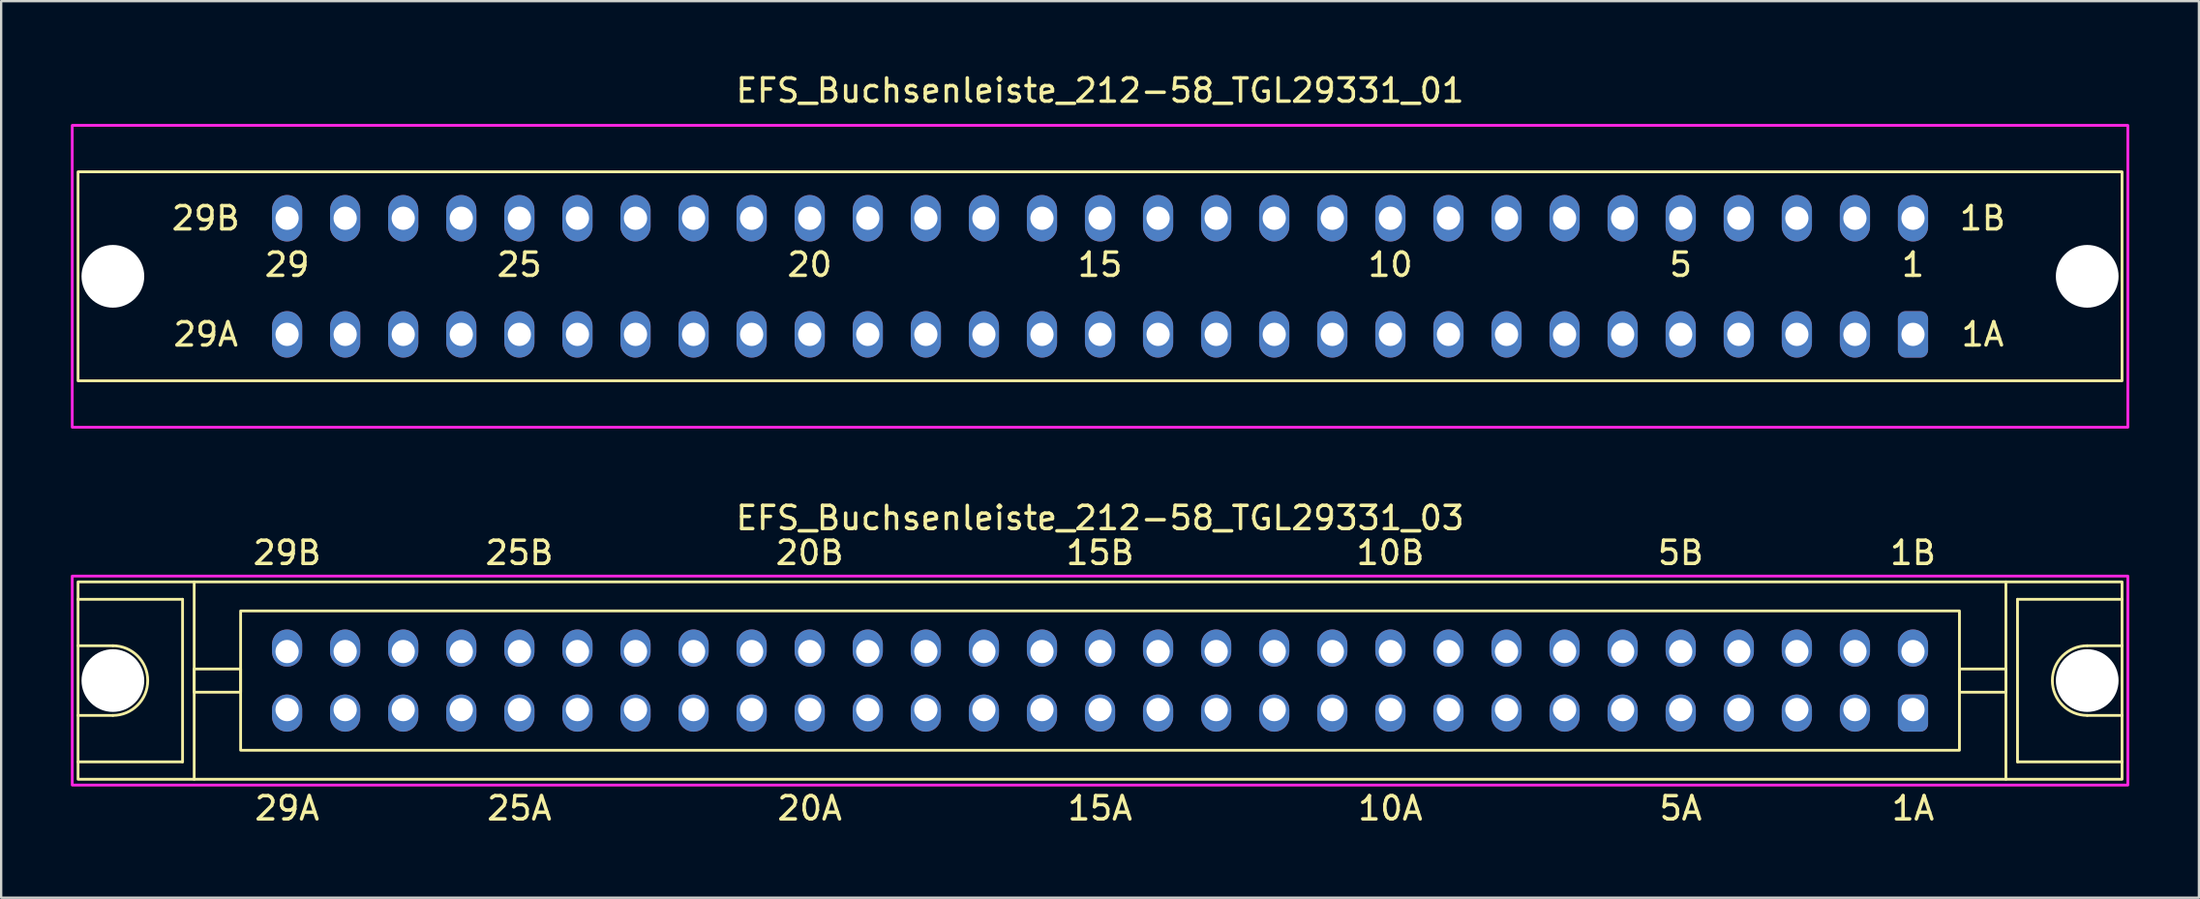
<source format=kicad_pcb>
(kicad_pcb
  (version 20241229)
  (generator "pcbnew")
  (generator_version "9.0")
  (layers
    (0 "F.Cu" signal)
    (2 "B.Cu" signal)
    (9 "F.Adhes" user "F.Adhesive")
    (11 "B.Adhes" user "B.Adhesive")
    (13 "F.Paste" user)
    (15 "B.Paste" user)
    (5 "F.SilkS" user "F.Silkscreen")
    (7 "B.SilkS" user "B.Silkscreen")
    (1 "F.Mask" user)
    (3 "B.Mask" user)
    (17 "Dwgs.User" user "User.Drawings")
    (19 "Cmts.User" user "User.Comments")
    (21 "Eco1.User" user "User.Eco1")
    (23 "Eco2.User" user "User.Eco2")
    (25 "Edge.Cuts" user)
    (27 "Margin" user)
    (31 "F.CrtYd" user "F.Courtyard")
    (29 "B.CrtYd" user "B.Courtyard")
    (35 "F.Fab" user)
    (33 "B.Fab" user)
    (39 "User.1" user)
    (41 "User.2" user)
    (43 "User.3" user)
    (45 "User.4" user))
  (footprint "EFS_Buchsenleiste_212-58_TGL29331_03"
    (layer "F.Cu")
    (at 44.31 26.256)
    (property "Reference" "EFS_Buchsenleiste_212-58_TGL29331_03" (at 0 -7 180) (layer "F.SilkS") (effects (font (size 1 1) (thickness 0.15))))
    (attr through_hole)
    (fp_line (start -44 -3.5) (end -39.5 -3.5) (stroke (width 0.12) (type solid)) (layer "F.SilkS"))
    (fp_line (start -42.5 -1.5) (end -44 -1.5) (stroke (width 0.12) (type solid)) (layer "F.SilkS"))
    (fp_line (start -42.5 1.5) (end -44 1.5) (stroke (width 0.12) (type solid)) (layer "F.SilkS"))
    (fp_line (start -39.5 -3.5) (end -39.5 3.5) (stroke (width 0.12) (type solid)) (layer "F.SilkS"))
    (fp_line (start -39.5 3.5) (end -44 3.5) (stroke (width 0.12) (type solid)) (layer "F.SilkS"))
    (fp_line (start -39 4.25) (end -39 -4.25) (stroke (width 0.12) (type solid)) (layer "F.SilkS"))
    (fp_line (start 39 4.25) (end 39 -4.25) (stroke (width 0.12) (type solid)) (layer "F.SilkS"))
    (fp_line (start 39.5 -3.5) (end 39.5 3.5) (stroke (width 0.12) (type solid)) (layer "F.SilkS"))
    (fp_line (start 39.5 3.5) (end 44 3.5) (stroke (width 0.12) (type solid)) (layer "F.SilkS"))
    (fp_line (start 42.5 -1.5) (end 44 -1.5) (stroke (width 0.12) (type solid)) (layer "F.SilkS"))
    (fp_line (start 42.5 1.5) (end 44 1.5) (stroke (width 0.12) (type solid)) (layer "F.SilkS"))
    (fp_line (start 44 -3.5) (end 39.5 -3.5) (stroke (width 0.12) (type solid)) (layer "F.SilkS"))
    (fp_rect (start -44 -4.25) (end 44 4.25) (stroke (width 0.12) (type solid)) (fill no) (layer "F.SilkS"))
    (fp_rect (start -39 -0.5) (end -37 0.5) (stroke (width 0.12) (type solid)) (fill no) (layer "F.SilkS"))
    (fp_rect (start -37 -3) (end 37 3) (stroke (width 0.12) (type solid)) (fill no) (layer "F.SilkS"))
    (fp_rect (start 39 -0.5) (end 37 0.5) (stroke (width 0.12) (type solid)) (fill no) (layer "F.SilkS"))
    (fp_arc (start -42.5 -1.5) (mid -41 0) (end -42.5 1.5) (stroke (width 0.12) (type solid)) (layer "F.SilkS"))
    (fp_arc (start 42.5 1.5) (mid 41 0) (end 42.5 -1.5) (stroke (width 0.12) (type solid)) (layer "F.SilkS"))
    (fp_rect (start -44.25 -4.5) (end 44.25 4.5) (stroke (width 0.12) (type solid)) (fill no) (layer "F.CrtYd"))
    (fp_text user "20A" (at -12.5 5.5 180) (layer "F.SilkS") (effects (font (size 1 1) (thickness 0.15))))
    (fp_text user "1B" (at 35 -5.5 180) (layer "F.SilkS") (effects (font (size 1 1) (thickness 0.15))))
    (fp_text user "29B" (at -35 -5.5 180) (layer "F.SilkS") (effects (font (size 1 1) (thickness 0.15))))
    (fp_text user "10A" (at 12.5 5.5 180) (layer "F.SilkS") (effects (font (size 1 1) (thickness 0.15))))
    (fp_text user "15B" (at 0 -5.5 180) (layer "F.SilkS") (effects (font (size 1 1) (thickness 0.15))))
    (fp_text user "29A" (at -35 5.5 180) (layer "F.SilkS") (effects (font (size 1 1) (thickness 0.15))))
    (fp_text user "10B" (at 12.5 -5.5 180) (layer "F.SilkS") (effects (font (size 1 1) (thickness 0.15))))
    (fp_text user "15A" (at 0 5.5 180) (layer "F.SilkS") (effects (font (size 1 1) (thickness 0.15))))
    (fp_text user "20B" (at -12.5 -5.5 180) (layer "F.SilkS") (effects (font (size 1 1) (thickness 0.15))))
    (fp_text user "25B" (at -25 -5.5 180) (layer "F.SilkS") (effects (font (size 1 1) (thickness 0.15))))
    (fp_text user "5B" (at 25 -5.5 180) (layer "F.SilkS") (effects (font (size 1 1) (thickness 0.15))))
    (fp_text user "1A" (at 35 5.5 180) (layer "F.SilkS") (effects (font (size 1 1) (thickness 0.15))))
    (fp_text user "5A" (at 25 5.5 180) (layer "F.SilkS") (effects (font (size 1 1) (thickness 0.15))))
    (fp_text user "25A" (at -25 5.5 180) (layer "F.SilkS") (effects (font (size 1 1) (thickness 0.15))))
    (pad "" np_thru_hole circle (at -42.5 0) (size 2.7 2.7) (drill 2.7) (layers "*.Cu" "*.Mask"))
    (pad "" np_thru_hole circle (at 42.5 0) (size 2.7 2.7) (drill 2.7) (layers "*.Cu" "*.Mask"))
    (pad "1a" thru_hole roundrect (at 35 1.25 180) (size 1.3 1.6) (drill 1 (offset 0 -0.15)) (layers "*.Cu" "*.Mask") (roundrect_rratio 0.25))
    (pad "1b" thru_hole oval (at 35 -1.25 180) (size 1.3 1.6) (drill 1 (offset 0 0.15)) (layers "*.Cu" "*.Mask"))
    (pad "2a" thru_hole oval (at 32.5 1.25 180) (size 1.3 1.6) (drill 1 (offset 0 -0.15)) (layers "*.Cu" "*.Mask"))
    (pad "2b" thru_hole oval (at 32.5 -1.25 180) (size 1.3 1.6) (drill 1 (offset 0 0.15)) (layers "*.Cu" "*.Mask"))
    (pad "3a" thru_hole oval (at 30 1.25 180) (size 1.3 1.6) (drill 1 (offset 0 -0.15)) (layers "*.Cu" "*.Mask"))
    (pad "3b" thru_hole oval (at 30 -1.25 180) (size 1.3 1.6) (drill 1 (offset 0 0.15)) (layers "*.Cu" "*.Mask"))
    (pad "4a" thru_hole oval (at 27.5 1.25 180) (size 1.3 1.6) (drill 1 (offset 0 -0.15)) (layers "*.Cu" "*.Mask"))
    (pad "4b" thru_hole oval (at 27.5 -1.25 180) (size 1.3 1.6) (drill 1 (offset 0 0.15)) (layers "*.Cu" "*.Mask"))
    (pad "5a" thru_hole oval (at 25 1.25 180) (size 1.3 1.6) (drill 1 (offset 0 -0.15)) (layers "*.Cu" "*.Mask"))
    (pad "5b" thru_hole oval (at 25 -1.25 180) (size 1.3 1.6) (drill 1 (offset 0 0.15)) (layers "*.Cu" "*.Mask"))
    (pad "6a" thru_hole oval (at 22.5 1.25 180) (size 1.3 1.6) (drill 1 (offset 0 -0.15)) (layers "*.Cu" "*.Mask"))
    (pad "6b" thru_hole oval (at 22.5 -1.25 180) (size 1.3 1.6) (drill 1 (offset 0 0.15)) (layers "*.Cu" "*.Mask"))
    (pad "7a" thru_hole oval (at 20 1.25 180) (size 1.3 1.6) (drill 1 (offset 0 -0.15)) (layers "*.Cu" "*.Mask"))
    (pad "7b" thru_hole oval (at 20 -1.25 180) (size 1.3 1.6) (drill 1 (offset 0 0.15)) (layers "*.Cu" "*.Mask"))
    (pad "8a" thru_hole oval (at 17.5 1.25 180) (size 1.3 1.6) (drill 1 (offset 0 -0.15)) (layers "*.Cu" "*.Mask"))
    (pad "8b" thru_hole oval (at 17.5 -1.25 180) (size 1.3 1.6) (drill 1 (offset 0 0.15)) (layers "*.Cu" "*.Mask"))
    (pad "9a" thru_hole oval (at 15 1.25 180) (size 1.3 1.6) (drill 1 (offset 0 -0.15)) (layers "*.Cu" "*.Mask"))
    (pad "9b" thru_hole oval (at 15 -1.25 180) (size 1.3 1.6) (drill 1 (offset 0 0.15)) (layers "*.Cu" "*.Mask"))
    (pad "10a" thru_hole oval (at 12.5 1.25 180) (size 1.3 1.6) (drill 1 (offset 0 -0.15)) (layers "*.Cu" "*.Mask"))
    (pad "10b" thru_hole oval (at 12.5 -1.25 180) (size 1.3 1.6) (drill 1 (offset 0 0.15)) (layers "*.Cu" "*.Mask"))
    (pad "11a" thru_hole oval (at 10 1.25 180) (size 1.3 1.6) (drill 1 (offset 0 -0.15)) (layers "*.Cu" "*.Mask"))
    (pad "11b" thru_hole oval (at 10 -1.25 180) (size 1.3 1.6) (drill 1 (offset 0 0.15)) (layers "*.Cu" "*.Mask"))
    (pad "12a" thru_hole oval (at 7.5 1.25 180) (size 1.3 1.6) (drill 1 (offset 0 -0.15)) (layers "*.Cu" "*.Mask"))
    (pad "12b" thru_hole oval (at 7.5 -1.25 180) (size 1.3 1.6) (drill 1 (offset 0 0.15)) (layers "*.Cu" "*.Mask"))
    (pad "13a" thru_hole oval (at 5 1.25 180) (size 1.3 1.6) (drill 1 (offset 0 -0.15)) (layers "*.Cu" "*.Mask"))
    (pad "13b" thru_hole oval (at 5 -1.25 180) (size 1.3 1.6) (drill 1 (offset 0 0.15)) (layers "*.Cu" "*.Mask"))
    (pad "14a" thru_hole oval (at 2.5 1.25 180) (size 1.3 1.6) (drill 1 (offset 0 -0.15)) (layers "*.Cu" "*.Mask"))
    (pad "14b" thru_hole oval (at 2.5 -1.25 180) (size 1.3 1.6) (drill 1 (offset 0 0.15)) (layers "*.Cu" "*.Mask"))
    (pad "15a" thru_hole oval (at 0 1.25 180) (size 1.3 1.6) (drill 1 (offset 0 -0.15)) (layers "*.Cu" "*.Mask"))
    (pad "15b" thru_hole oval (at 0 -1.25 180) (size 1.3 1.6) (drill 1 (offset 0 0.15)) (layers "*.Cu" "*.Mask"))
    (pad "16a" thru_hole oval (at -2.5 1.25 180) (size 1.3 1.6) (drill 1 (offset 0 -0.15)) (layers "*.Cu" "*.Mask"))
    (pad "16b" thru_hole oval (at -2.5 -1.25 180) (size 1.3 1.6) (drill 1 (offset 0 0.15)) (layers "*.Cu" "*.Mask"))
    (pad "17a" thru_hole oval (at -5 1.25 180) (size 1.3 1.6) (drill 1 (offset 0 -0.15)) (layers "*.Cu" "*.Mask"))
    (pad "17b" thru_hole oval (at -5 -1.25 180) (size 1.3 1.6) (drill 1 (offset 0 0.15)) (layers "*.Cu" "*.Mask"))
    (pad "18a" thru_hole oval (at -7.5 1.25 180) (size 1.3 1.6) (drill 1 (offset 0 -0.15)) (layers "*.Cu" "*.Mask"))
    (pad "18b" thru_hole oval (at -7.5 -1.25 180) (size 1.3 1.6) (drill 1 (offset 0 0.15)) (layers "*.Cu" "*.Mask"))
    (pad "19a" thru_hole oval (at -10 1.25 180) (size 1.3 1.6) (drill 1 (offset 0 -0.15)) (layers "*.Cu" "*.Mask"))
    (pad "19b" thru_hole oval (at -10 -1.25 180) (size 1.3 1.6) (drill 1 (offset 0 0.15)) (layers "*.Cu" "*.Mask"))
    (pad "20a" thru_hole oval (at -12.5 1.25 180) (size 1.3 1.6) (drill 1 (offset 0 -0.15)) (layers "*.Cu" "*.Mask"))
    (pad "20b" thru_hole oval (at -12.5 -1.25 180) (size 1.3 1.6) (drill 1 (offset 0 0.15)) (layers "*.Cu" "*.Mask"))
    (pad "21a" thru_hole oval (at -15 1.25 180) (size 1.3 1.6) (drill 1 (offset 0 -0.15)) (layers "*.Cu" "*.Mask"))
    (pad "21b" thru_hole oval (at -15 -1.25 180) (size 1.3 1.6) (drill 1 (offset 0 0.15)) (layers "*.Cu" "*.Mask"))
    (pad "22a" thru_hole oval (at -17.5 1.25 180) (size 1.3 1.6) (drill 1 (offset 0 -0.15)) (layers "*.Cu" "*.Mask"))
    (pad "22b" thru_hole oval (at -17.5 -1.25 180) (size 1.3 1.6) (drill 1 (offset 0 0.15)) (layers "*.Cu" "*.Mask"))
    (pad "23a" thru_hole oval (at -20 1.25 180) (size 1.3 1.6) (drill 1 (offset 0 -0.15)) (layers "*.Cu" "*.Mask"))
    (pad "23b" thru_hole oval (at -20 -1.25 180) (size 1.3 1.6) (drill 1 (offset 0 0.15)) (layers "*.Cu" "*.Mask"))
    (pad "24a" thru_hole oval (at -22.5 1.25 180) (size 1.3 1.6) (drill 1 (offset 0 -0.15)) (layers "*.Cu" "*.Mask"))
    (pad "24b" thru_hole oval (at -22.5 -1.25 180) (size 1.3 1.6) (drill 1 (offset 0 0.15)) (layers "*.Cu" "*.Mask"))
    (pad "25a" thru_hole oval (at -25 1.25 180) (size 1.3 1.6) (drill 1 (offset 0 -0.15)) (layers "*.Cu" "*.Mask"))
    (pad "25b" thru_hole oval (at -25 -1.25 180) (size 1.3 1.6) (drill 1 (offset 0 0.15)) (layers "*.Cu" "*.Mask"))
    (pad "26a" thru_hole oval (at -27.5 1.25 180) (size 1.3 1.6) (drill 1 (offset 0 -0.15)) (layers "*.Cu" "*.Mask"))
    (pad "26b" thru_hole oval (at -27.5 -1.25 180) (size 1.3 1.6) (drill 1 (offset 0 0.15)) (layers "*.Cu" "*.Mask"))
    (pad "27a" thru_hole oval (at -30 1.25 180) (size 1.3 1.6) (drill 1 (offset 0 -0.15)) (layers "*.Cu" "*.Mask"))
    (pad "27b" thru_hole oval (at -30 -1.25 180) (size 1.3 1.6) (drill 1 (offset 0 0.15)) (layers "*.Cu" "*.Mask"))
    (pad "28a" thru_hole oval (at -32.5 1.25 180) (size 1.3 1.6) (drill 1 (offset 0 -0.15)) (layers "*.Cu" "*.Mask"))
    (pad "28b" thru_hole oval (at -32.5 -1.25 180) (size 1.3 1.6) (drill 1 (offset 0 0.15)) (layers "*.Cu" "*.Mask"))
    (pad "29a" thru_hole oval (at -35 1.25 180) (size 1.3 1.6) (drill 1 (offset 0 -0.15)) (layers "*.Cu" "*.Mask"))
    (pad "29b" thru_hole oval (at -35 -1.25 180) (size 1.3 1.6) (drill 1 (offset 0 0.15)) (layers "*.Cu" "*.Mask")))
  (footprint "EFS_Buchsenleiste_212-58_TGL29331_01"
    (layer "F.Cu")
    (at 44.31 8.848)
    (property "Reference" "EFS_Buchsenleiste_212-58_TGL29331_01" (at 0 -8 180) (layer "F.SilkS") (effects (font (size 1 1) (thickness 0.15))))
    (attr through_hole)
    (fp_rect (start -44 -4.5) (end 44 4.5) (stroke (width 0.12) (type solid)) (fill no) (layer "F.SilkS"))
    (fp_rect (start -44.25 -6.5) (end 44.25 6.5) (stroke (width 0.12) (type solid)) (fill no) (layer "F.CrtYd"))
    (fp_text user "29A" (at -38.5 2.5 0) (layer "F.SilkS") (effects (font (size 1 1) (thickness 0.15))))
    (fp_text user "5" (at 25 -0.5 180) (layer "F.SilkS") (effects (font (size 1 1) (thickness 0.15))))
    (fp_text user "15" (at 0 -0.5 180) (layer "F.SilkS") (effects (font (size 1 1) (thickness 0.15))))
    (fp_text user "25" (at -25 -0.5 180) (layer "F.SilkS") (effects (font (size 1 1) (thickness 0.15))))
    (fp_text user "10" (at 12.5 -0.5 180) (layer "F.SilkS") (effects (font (size 1 1) (thickness 0.15))))
    (fp_text user "1A" (at 38 2.5 0) (layer "F.SilkS") (effects (font (size 1 1) (thickness 0.15))))
    (fp_text user "29" (at -35 -0.5 180) (layer "F.SilkS") (effects (font (size 1 1) (thickness 0.15))))
    (fp_text user "29B" (at -38.5 -2.5 0) (layer "F.SilkS") (effects (font (size 1 1) (thickness 0.15))))
    (fp_text user "20" (at -12.5 -0.5 180) (layer "F.SilkS") (effects (font (size 1 1) (thickness 0.15))))
    (fp_text user "1B" (at 38 -2.5 0) (layer "F.SilkS") (effects (font (size 1 1) (thickness 0.15))))
    (fp_text user "1" (at 35 -0.5 180) (layer "F.SilkS") (effects (font (size 1 1) (thickness 0.15))))
    (pad "" np_thru_hole circle (at -42.5 0) (size 2.7 2.7) (drill 2.7) (layers "*.Cu" "*.Mask"))
    (pad "" np_thru_hole circle (at 42.5 0) (size 2.7 2.7) (drill 2.7) (layers "*.Cu" "*.Mask"))
    (pad "1a" thru_hole roundrect (at 35 2.5) (size 1.3 2) (drill 1) (layers "*.Cu" "*.Mask") (roundrect_rratio 0.25))
    (pad "1b" thru_hole oval (at 35 -2.5) (size 1.3 2) (drill 1) (layers "*.Cu" "*.Mask"))
    (pad "2a" thru_hole oval (at 32.5 2.5) (size 1.3 2) (drill 1) (layers "*.Cu" "*.Mask"))
    (pad "2b" thru_hole oval (at 32.5 -2.5) (size 1.3 2) (drill 1) (layers "*.Cu" "*.Mask"))
    (pad "3a" thru_hole oval (at 30 2.5) (size 1.3 2) (drill 1) (layers "*.Cu" "*.Mask"))
    (pad "3b" thru_hole oval (at 30 -2.5) (size 1.3 2) (drill 1) (layers "*.Cu" "*.Mask"))
    (pad "4a" thru_hole oval (at 27.5 2.5) (size 1.3 2) (drill 1) (layers "*.Cu" "*.Mask"))
    (pad "4b" thru_hole oval (at 27.5 -2.5) (size 1.3 2) (drill 1) (layers "*.Cu" "*.Mask"))
    (pad "5a" thru_hole oval (at 25 2.5) (size 1.3 2) (drill 1) (layers "*.Cu" "*.Mask"))
    (pad "5b" thru_hole oval (at 25 -2.5) (size 1.3 2) (drill 1) (layers "*.Cu" "*.Mask"))
    (pad "6a" thru_hole oval (at 22.5 2.5) (size 1.3 2) (drill 1) (layers "*.Cu" "*.Mask"))
    (pad "6b" thru_hole oval (at 22.5 -2.5) (size 1.3 2) (drill 1) (layers "*.Cu" "*.Mask"))
    (pad "7a" thru_hole oval (at 20 2.5) (size 1.3 2) (drill 1) (layers "*.Cu" "*.Mask"))
    (pad "7b" thru_hole oval (at 20 -2.5) (size 1.3 2) (drill 1) (layers "*.Cu" "*.Mask"))
    (pad "8a" thru_hole oval (at 17.5 2.5) (size 1.3 2) (drill 1) (layers "*.Cu" "*.Mask"))
    (pad "8b" thru_hole oval (at 17.5 -2.5) (size 1.3 2) (drill 1) (layers "*.Cu" "*.Mask"))
    (pad "9a" thru_hole oval (at 15 2.5) (size 1.3 2) (drill 1) (layers "*.Cu" "*.Mask"))
    (pad "9b" thru_hole oval (at 15 -2.5) (size 1.3 2) (drill 1) (layers "*.Cu" "*.Mask"))
    (pad "10a" thru_hole oval (at 12.5 2.5) (size 1.3 2) (drill 1) (layers "*.Cu" "*.Mask"))
    (pad "10b" thru_hole oval (at 12.5 -2.5) (size 1.3 2) (drill 1) (layers "*.Cu" "*.Mask"))
    (pad "11a" thru_hole oval (at 10 2.5) (size 1.3 2) (drill 1) (layers "*.Cu" "*.Mask"))
    (pad "11b" thru_hole oval (at 10 -2.5) (size 1.3 2) (drill 1) (layers "*.Cu" "*.Mask"))
    (pad "12a" thru_hole oval (at 7.5 2.5) (size 1.3 2) (drill 1) (layers "*.Cu" "*.Mask"))
    (pad "12b" thru_hole oval (at 7.5 -2.5) (size 1.3 2) (drill 1) (layers "*.Cu" "*.Mask"))
    (pad "13a" thru_hole oval (at 5 2.5) (size 1.3 2) (drill 1) (layers "*.Cu" "*.Mask"))
    (pad "13b" thru_hole oval (at 5 -2.5) (size 1.3 2) (drill 1) (layers "*.Cu" "*.Mask"))
    (pad "14a" thru_hole oval (at 2.5 2.5) (size 1.3 2) (drill 1) (layers "*.Cu" "*.Mask"))
    (pad "14b" thru_hole oval (at 2.5 -2.5) (size 1.3 2) (drill 1) (layers "*.Cu" "*.Mask"))
    (pad "15a" thru_hole oval (at 0 2.5) (size 1.3 2) (drill 1) (layers "*.Cu" "*.Mask"))
    (pad "15b" thru_hole oval (at 0 -2.5) (size 1.3 2) (drill 1) (layers "*.Cu" "*.Mask"))
    (pad "16a" thru_hole oval (at -2.5 2.5) (size 1.3 2) (drill 1) (layers "*.Cu" "*.Mask"))
    (pad "16b" thru_hole oval (at -2.5 -2.5) (size 1.3 2) (drill 1) (layers "*.Cu" "*.Mask"))
    (pad "17a" thru_hole oval (at -5 2.5) (size 1.3 2) (drill 1) (layers "*.Cu" "*.Mask"))
    (pad "17b" thru_hole oval (at -5 -2.5) (size 1.3 2) (drill 1) (layers "*.Cu" "*.Mask"))
    (pad "18a" thru_hole oval (at -7.5 2.5) (size 1.3 2) (drill 1) (layers "*.Cu" "*.Mask"))
    (pad "18b" thru_hole oval (at -7.5 -2.5) (size 1.3 2) (drill 1) (layers "*.Cu" "*.Mask"))
    (pad "19a" thru_hole oval (at -10 2.5) (size 1.3 2) (drill 1) (layers "*.Cu" "*.Mask"))
    (pad "19b" thru_hole oval (at -10 -2.5) (size 1.3 2) (drill 1) (layers "*.Cu" "*.Mask"))
    (pad "20a" thru_hole oval (at -12.5 2.5) (size 1.3 2) (drill 1) (layers "*.Cu" "*.Mask"))
    (pad "20b" thru_hole oval (at -12.5 -2.5) (size 1.3 2) (drill 1) (layers "*.Cu" "*.Mask"))
    (pad "21a" thru_hole oval (at -15 2.5) (size 1.3 2) (drill 1) (layers "*.Cu" "*.Mask"))
    (pad "21b" thru_hole oval (at -15 -2.5) (size 1.3 2) (drill 1) (layers "*.Cu" "*.Mask"))
    (pad "22a" thru_hole oval (at -17.5 2.5) (size 1.3 2) (drill 1) (layers "*.Cu" "*.Mask"))
    (pad "22b" thru_hole oval (at -17.5 -2.5) (size 1.3 2) (drill 1) (layers "*.Cu" "*.Mask"))
    (pad "23a" thru_hole oval (at -20 2.5) (size 1.3 2) (drill 1) (layers "*.Cu" "*.Mask"))
    (pad "23b" thru_hole oval (at -20 -2.5) (size 1.3 2) (drill 1) (layers "*.Cu" "*.Mask"))
    (pad "24a" thru_hole oval (at -22.5 2.5) (size 1.3 2) (drill 1) (layers "*.Cu" "*.Mask"))
    (pad "24b" thru_hole oval (at -22.5 -2.5) (size 1.3 2) (drill 1) (layers "*.Cu" "*.Mask"))
    (pad "25a" thru_hole oval (at -25 2.5) (size 1.3 2) (drill 1) (layers "*.Cu" "*.Mask"))
    (pad "25b" thru_hole oval (at -25 -2.5) (size 1.3 2) (drill 1) (layers "*.Cu" "*.Mask"))
    (pad "26a" thru_hole oval (at -27.5 2.5) (size 1.3 2) (drill 1) (layers "*.Cu" "*.Mask"))
    (pad "26b" thru_hole oval (at -27.5 -2.5) (size 1.3 2) (drill 1) (layers "*.Cu" "*.Mask"))
    (pad "27a" thru_hole oval (at -30 2.5) (size 1.3 2) (drill 1) (layers "*.Cu" "*.Mask"))
    (pad "27b" thru_hole oval (at -30 -2.5) (size 1.3 2) (drill 1) (layers "*.Cu" "*.Mask"))
    (pad "28a" thru_hole oval (at -32.5 2.5) (size 1.3 2) (drill 1) (layers "*.Cu" "*.Mask"))
    (pad "28b" thru_hole oval (at -32.5 -2.5) (size 1.3 2) (drill 1) (layers "*.Cu" "*.Mask"))
    (pad "29a" thru_hole oval (at -35 2.5) (size 1.3 2) (drill 1) (layers "*.Cu" "*.Mask"))
    (pad "29b" thru_hole oval (at -35 -2.5) (size 1.3 2) (drill 1) (layers "*.Cu" "*.Mask")))
  (gr_rect
    (start -3 -3)
    (end 91.62 35.605)
    (stroke (width 0.1) (type default))
    (fill no)
    (layer "Edge.Cuts")))
</source>
